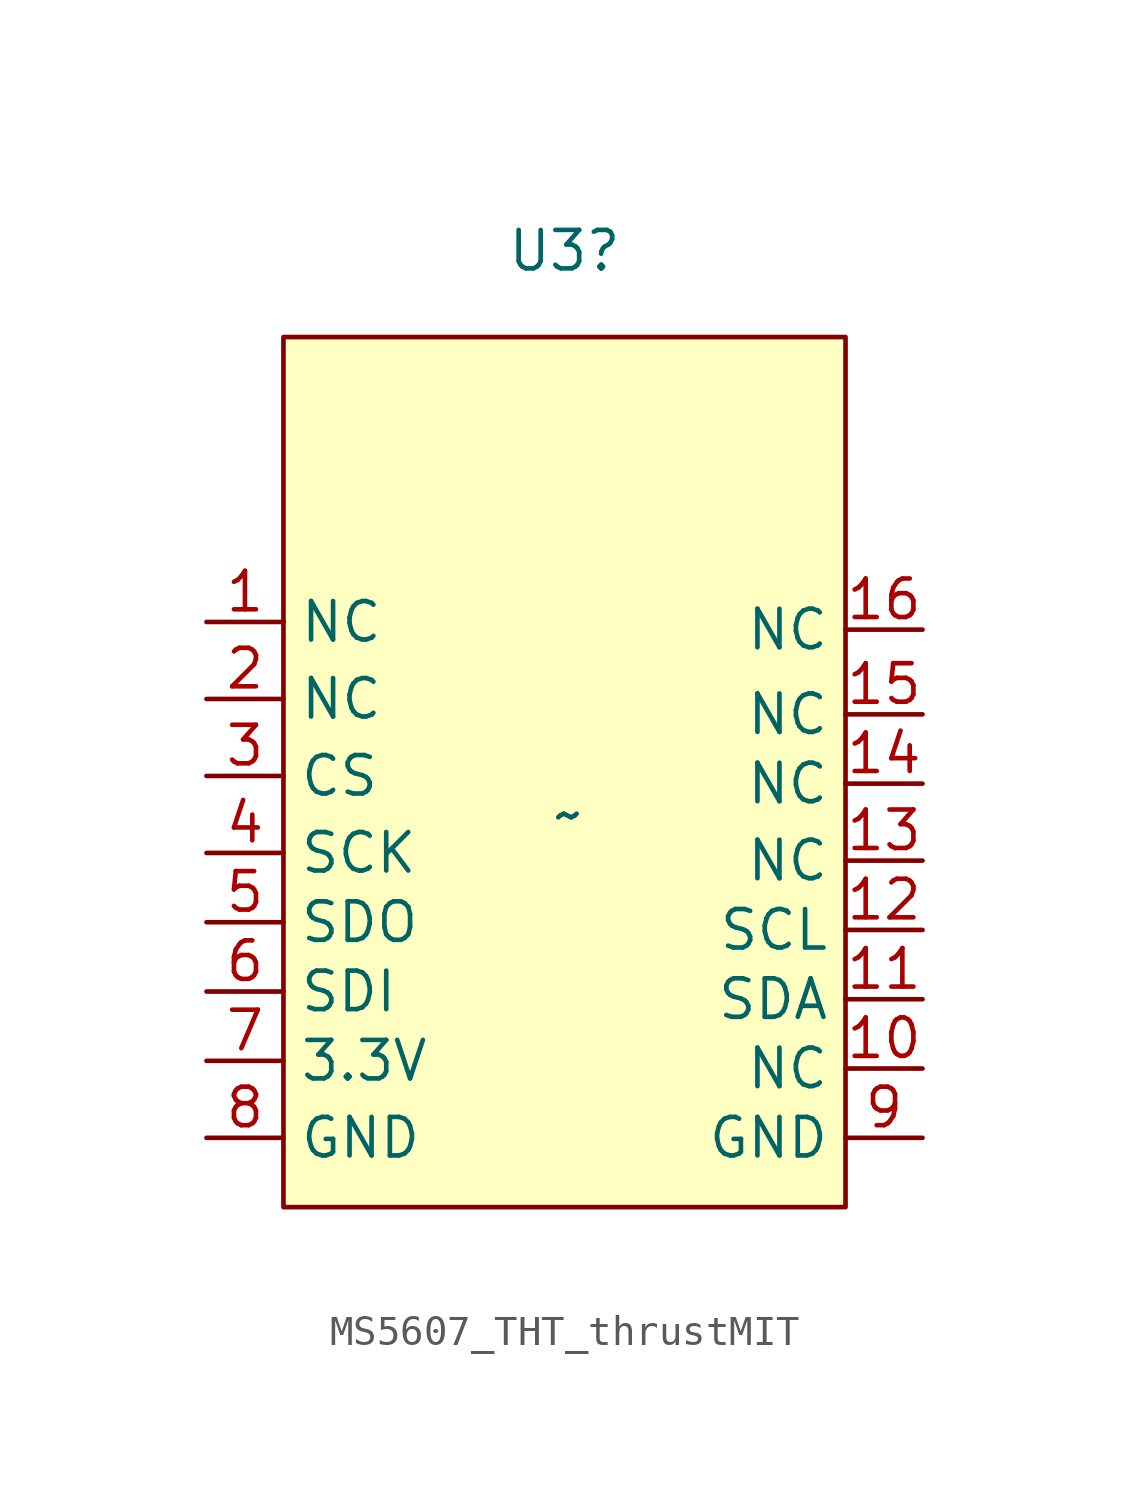
<source format=kicad_sym>
(kicad_symbol_lib
  (version 20231120)
  (generator "kicad_symbol_editor")
  (generator_version "8.0")
  (symbol "MS5607_THT_thrustMIT"
    (property "Reference" "U3"
      (at -0.127 18.593 0)
      (effects (font (size 1.27 1.27))))
    (property "Value" "~"
      (at 0 0 0)
      (effects (font (size 1.27 1.27))))
    (symbol "MS5607_THT_thrustMIT_1_1"
      (rectangle (start -9.398 15.748) (end 9.144 -12.954) (stroke (width 0) (type default)) (fill (type background)))
      (pin input line (at -11.938 6.35 0) (length 2.54) (name "NC" (effects (font (size 1.27 1.27)))) (number "1" (effects (font (size 1.27 1.27)))))
      (pin input line (at 11.684 -8.382 180) (length 2.54) (name "NC" (effects (font (size 1.27 1.27)))) (number "10" (effects (font (size 1.27 1.27)))))
      (pin input line (at 11.684 -6.096 180) (length 2.54) (name "SDA" (effects (font (size 1.27 1.27)))) (number "11" (effects (font (size 1.27 1.27)))))
      (pin input line (at 11.684 -3.81 180) (length 2.54) (name "SCL" (effects (font (size 1.27 1.27)))) (number "12" (effects (font (size 1.27 1.27)))))
      (pin input line (at 11.684 -1.524 180) (length 2.54) (name "NC" (effects (font (size 1.27 1.27)))) (number "13" (effects (font (size 1.27 1.27)))))
      (pin input line (at 11.684 1.016 180) (length 2.54) (name "NC" (effects (font (size 1.27 1.27)))) (number "14" (effects (font (size 1.27 1.27)))))
      (pin input line (at 11.684 3.302 180) (length 2.54) (name "NC" (effects (font (size 1.27 1.27)))) (number "15" (effects (font (size 1.27 1.27)))))
      (pin input line (at 11.684 6.096 180) (length 2.54) (name "NC" (effects (font (size 1.27 1.27)))) (number "16" (effects (font (size 1.27 1.27)))))
      (pin input line (at -11.938 3.81 0) (length 2.54) (name "NC" (effects (font (size 1.27 1.27)))) (number "2" (effects (font (size 1.27 1.27)))))
      (pin input line (at -11.938 1.27 0) (length 2.54) (name "CS" (effects (font (size 1.27 1.27)))) (number "3" (effects (font (size 1.27 1.27)))))
      (pin input line (at -11.938 -1.27 0) (length 2.54) (name "SCK" (effects (font (size 1.27 1.27)))) (number "4" (effects (font (size 1.27 1.27)))))
      (pin input line (at -11.938 -3.556 0) (length 2.54) (name "SDO" (effects (font (size 1.27 1.27)))) (number "5" (effects (font (size 1.27 1.27)))))
      (pin input line (at -11.938 -5.842 0) (length 2.54) (name "SDI" (effects (font (size 1.27 1.27)))) (number "6" (effects (font (size 1.27 1.27)))))
      (pin input line (at -11.938 -8.128 0) (length 2.54) (name "3.3V" (effects (font (size 1.27 1.27)))) (number "7" (effects (font (size 1.27 1.27)))))
      (pin input line (at -11.938 -10.668 0) (length 2.54) (name "GND" (effects (font (size 1.27 1.27)))) (number "8" (effects (font (size 1.27 1.27)))))
      (pin input line (at 11.684 -10.668 180) (length 2.54) (name "GND" (effects (font (size 1.27 1.27)))) (number "9" (effects (font (size 1.27 1.27))))))))
</source>
